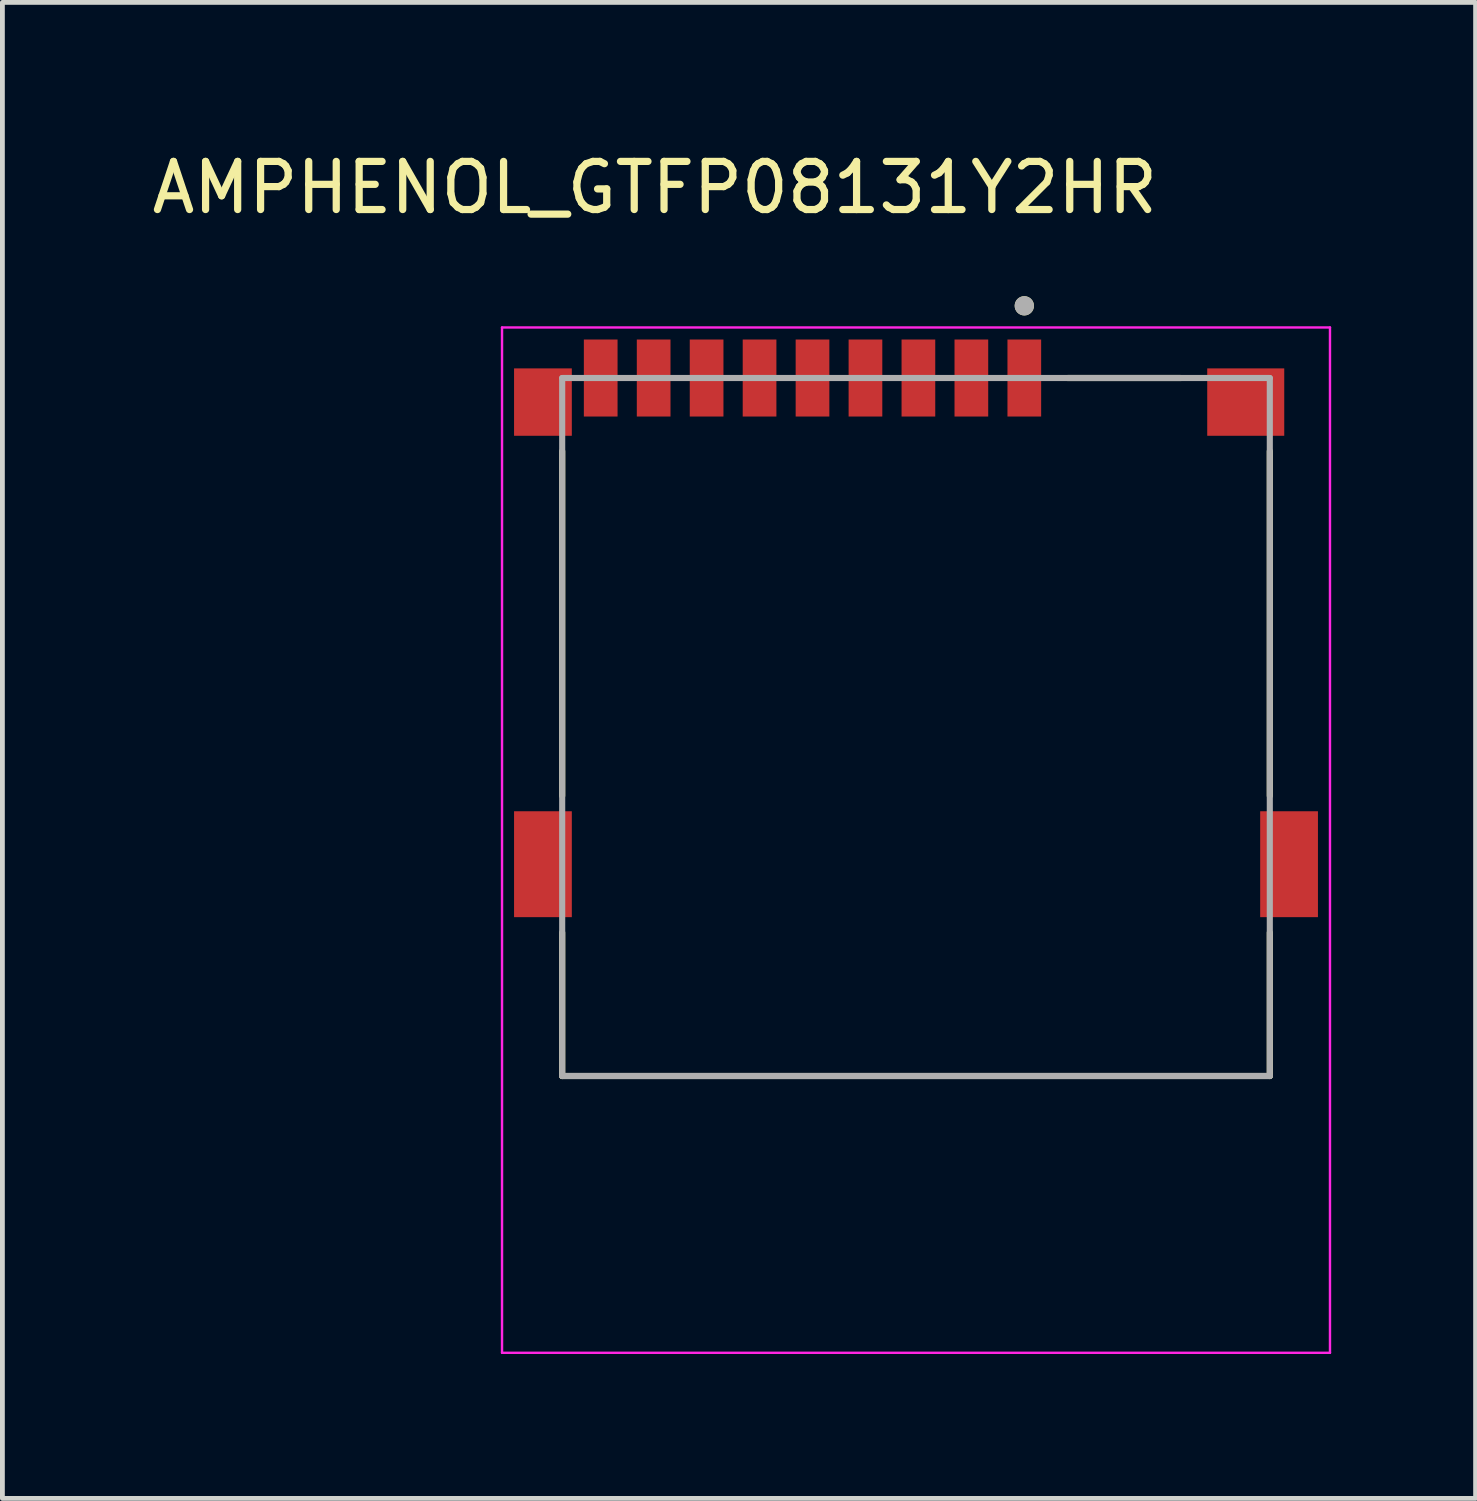
<source format=kicad_pcb>
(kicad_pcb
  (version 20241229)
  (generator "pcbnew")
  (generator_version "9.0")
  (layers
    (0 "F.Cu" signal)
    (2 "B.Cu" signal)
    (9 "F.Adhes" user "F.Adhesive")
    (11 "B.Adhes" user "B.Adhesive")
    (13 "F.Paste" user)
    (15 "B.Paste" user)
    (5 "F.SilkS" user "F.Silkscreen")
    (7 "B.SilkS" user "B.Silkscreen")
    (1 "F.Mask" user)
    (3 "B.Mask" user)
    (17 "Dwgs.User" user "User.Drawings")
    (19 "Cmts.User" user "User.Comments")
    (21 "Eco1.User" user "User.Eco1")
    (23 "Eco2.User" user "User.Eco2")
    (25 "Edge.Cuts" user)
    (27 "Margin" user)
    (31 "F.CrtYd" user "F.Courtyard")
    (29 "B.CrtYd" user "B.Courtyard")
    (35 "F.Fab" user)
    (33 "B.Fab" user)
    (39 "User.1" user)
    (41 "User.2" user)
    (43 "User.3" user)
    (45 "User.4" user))
  (footprint "AMPHENOL_GTFP08131Y2HR"
    (layer "F.Cu")
    (at 15.979 14.903)
    (property "Reference" "AMPHENOL_GTFP08131Y2HR" (at -5.425 -14.055 0) (layer "F.SilkS") (effects (font (size 1 1) (thickness 0.15))))
    (attr smd)
    (fp_line (start -7.35 -8.58) (end -7.35 -1.42) (stroke (width 0.127) (type solid)) (layer "F.SilkS"))
    (fp_line (start -7.35 4.4) (end -7.35 1.42) (stroke (width 0.127) (type solid)) (layer "F.SilkS"))
    (fp_line (start 3.15 -10.1) (end 5.5 -10.1) (stroke (width 0.127) (type solid)) (layer "F.SilkS"))
    (fp_line (start 7.35 -8.58) (end 7.35 -1.42) (stroke (width 0.127) (type solid)) (layer "F.SilkS"))
    (fp_line (start 7.35 4.4) (end -7.35 4.4) (stroke (width 0.127) (type solid)) (layer "F.SilkS"))
    (fp_line (start 7.35 4.4) (end 7.35 1.42) (stroke (width 0.127) (type solid)) (layer "F.SilkS"))
    (fp_circle (center 2.25 -11.6) (end 2.35 -11.6) (stroke (width 0.2) (type solid)) (fill no) (layer "F.SilkS"))
    (fp_line (start -8.6 -11.15) (end -8.6 10.15) (stroke (width 0.05) (type solid)) (layer "F.CrtYd"))
    (fp_line (start -8.6 10.15) (end 8.6 10.15) (stroke (width 0.05) (type solid)) (layer "F.CrtYd"))
    (fp_line (start 8.6 -11.15) (end -8.6 -11.15) (stroke (width 0.05) (type solid)) (layer "F.CrtYd"))
    (fp_line (start 8.6 10.15) (end 8.6 -11.15) (stroke (width 0.05) (type solid)) (layer "F.CrtYd"))
    (fp_line (start -7.35 -10.1) (end 7.35 -10.1) (stroke (width 0.127) (type solid)) (layer "F.Fab"))
    (fp_line (start -7.35 4.4) (end -7.35 -10.1) (stroke (width 0.127) (type solid)) (layer "F.Fab"))
    (fp_line (start 7.35 -10.1) (end 7.35 4.4) (stroke (width 0.127) (type solid)) (layer "F.Fab"))
    (fp_line (start 7.35 4.4) (end -7.35 4.4) (stroke (width 0.127) (type solid)) (layer "F.Fab"))
    (fp_circle (center 2.25 -11.6) (end 2.35 -11.6) (stroke (width 0.2) (type solid)) (fill no) (layer "F.Fab"))
    (pad "1" smd rect (at 2.25 -10.1) (size 0.7 1.6) (layers "F.Cu" "F.Mask" "F.Paste"))
    (pad "2" smd rect (at 1.15 -10.1) (size 0.7 1.6) (layers "F.Cu" "F.Mask" "F.Paste"))
    (pad "3" smd rect (at 0.05 -10.1) (size 0.7 1.6) (layers "F.Cu" "F.Mask" "F.Paste"))
    (pad "4" smd rect (at -1.05 -10.1) (size 0.7 1.6) (layers "F.Cu" "F.Mask" "F.Paste"))
    (pad "5" smd rect (at -2.15 -10.1) (size 0.7 1.6) (layers "F.Cu" "F.Mask" "F.Paste"))
    (pad "6" smd rect (at -3.25 -10.1) (size 0.7 1.6) (layers "F.Cu" "F.Mask" "F.Paste"))
    (pad "7" smd rect (at -4.35 -10.1) (size 0.7 1.6) (layers "F.Cu" "F.Mask" "F.Paste"))
    (pad "8" smd rect (at -5.45 -10.1) (size 0.7 1.6) (layers "F.Cu" "F.Mask" "F.Paste"))
    (pad "CD" smd rect (at -6.55 -10.1) (size 0.7 1.6) (layers "F.Cu" "F.Mask" "F.Paste"))
    (pad "S1" smd rect (at -7.75 -9.6) (size 1.2 1.4) (layers "F.Cu" "F.Mask" "F.Paste"))
    (pad "S2" smd rect (at 6.85 -9.6) (size 1.6 1.4) (layers "F.Cu" "F.Mask" "F.Paste"))
    (pad "S3" smd rect (at -7.75 0) (size 1.2 2.2) (layers "F.Cu" "F.Mask" "F.Paste"))
    (pad "S4" smd rect (at 7.75 0) (size 1.2 2.2) (layers "F.Cu" "F.Mask" "F.Paste"))
    (zone (net_name "") (layer "F.Cu") (hatch full 0.508) (connect_pads) (min_thickness 0.01) (filled_areas_thickness no) (keepout (tracks not_allowed) (vias not_allowed) (pads not_allowed) (copperpour not_allowed) (footprints allowed)) (placement (enabled no)) (fill) (polygon (pts (xy 10.079 8.803) (xy 19.079 8.803) (xy 19.079 10.803) (xy 10.079 10.803))))
    (zone (net_name "") (layers "F.Cu" "B.Cu") (hatch full 0.508) (connect_pads) (min_thickness 0.01) (filled_areas_thickness no) (keepout (tracks allowed) (vias not_allowed) (pads allowed) (copperpour allowed) (footprints allowed)) (placement (enabled no)) (fill) (polygon (pts (xy 10.079 8.803) (xy 19.079 8.803) (xy 19.079 10.803) (xy 10.079 10.803)))))
  (gr_rect
    (start -3 -3)
    (end 27.604 28.078)
    (stroke (width 0.1) (type default))
    (fill no)
    (layer "Edge.Cuts")))
</source>
